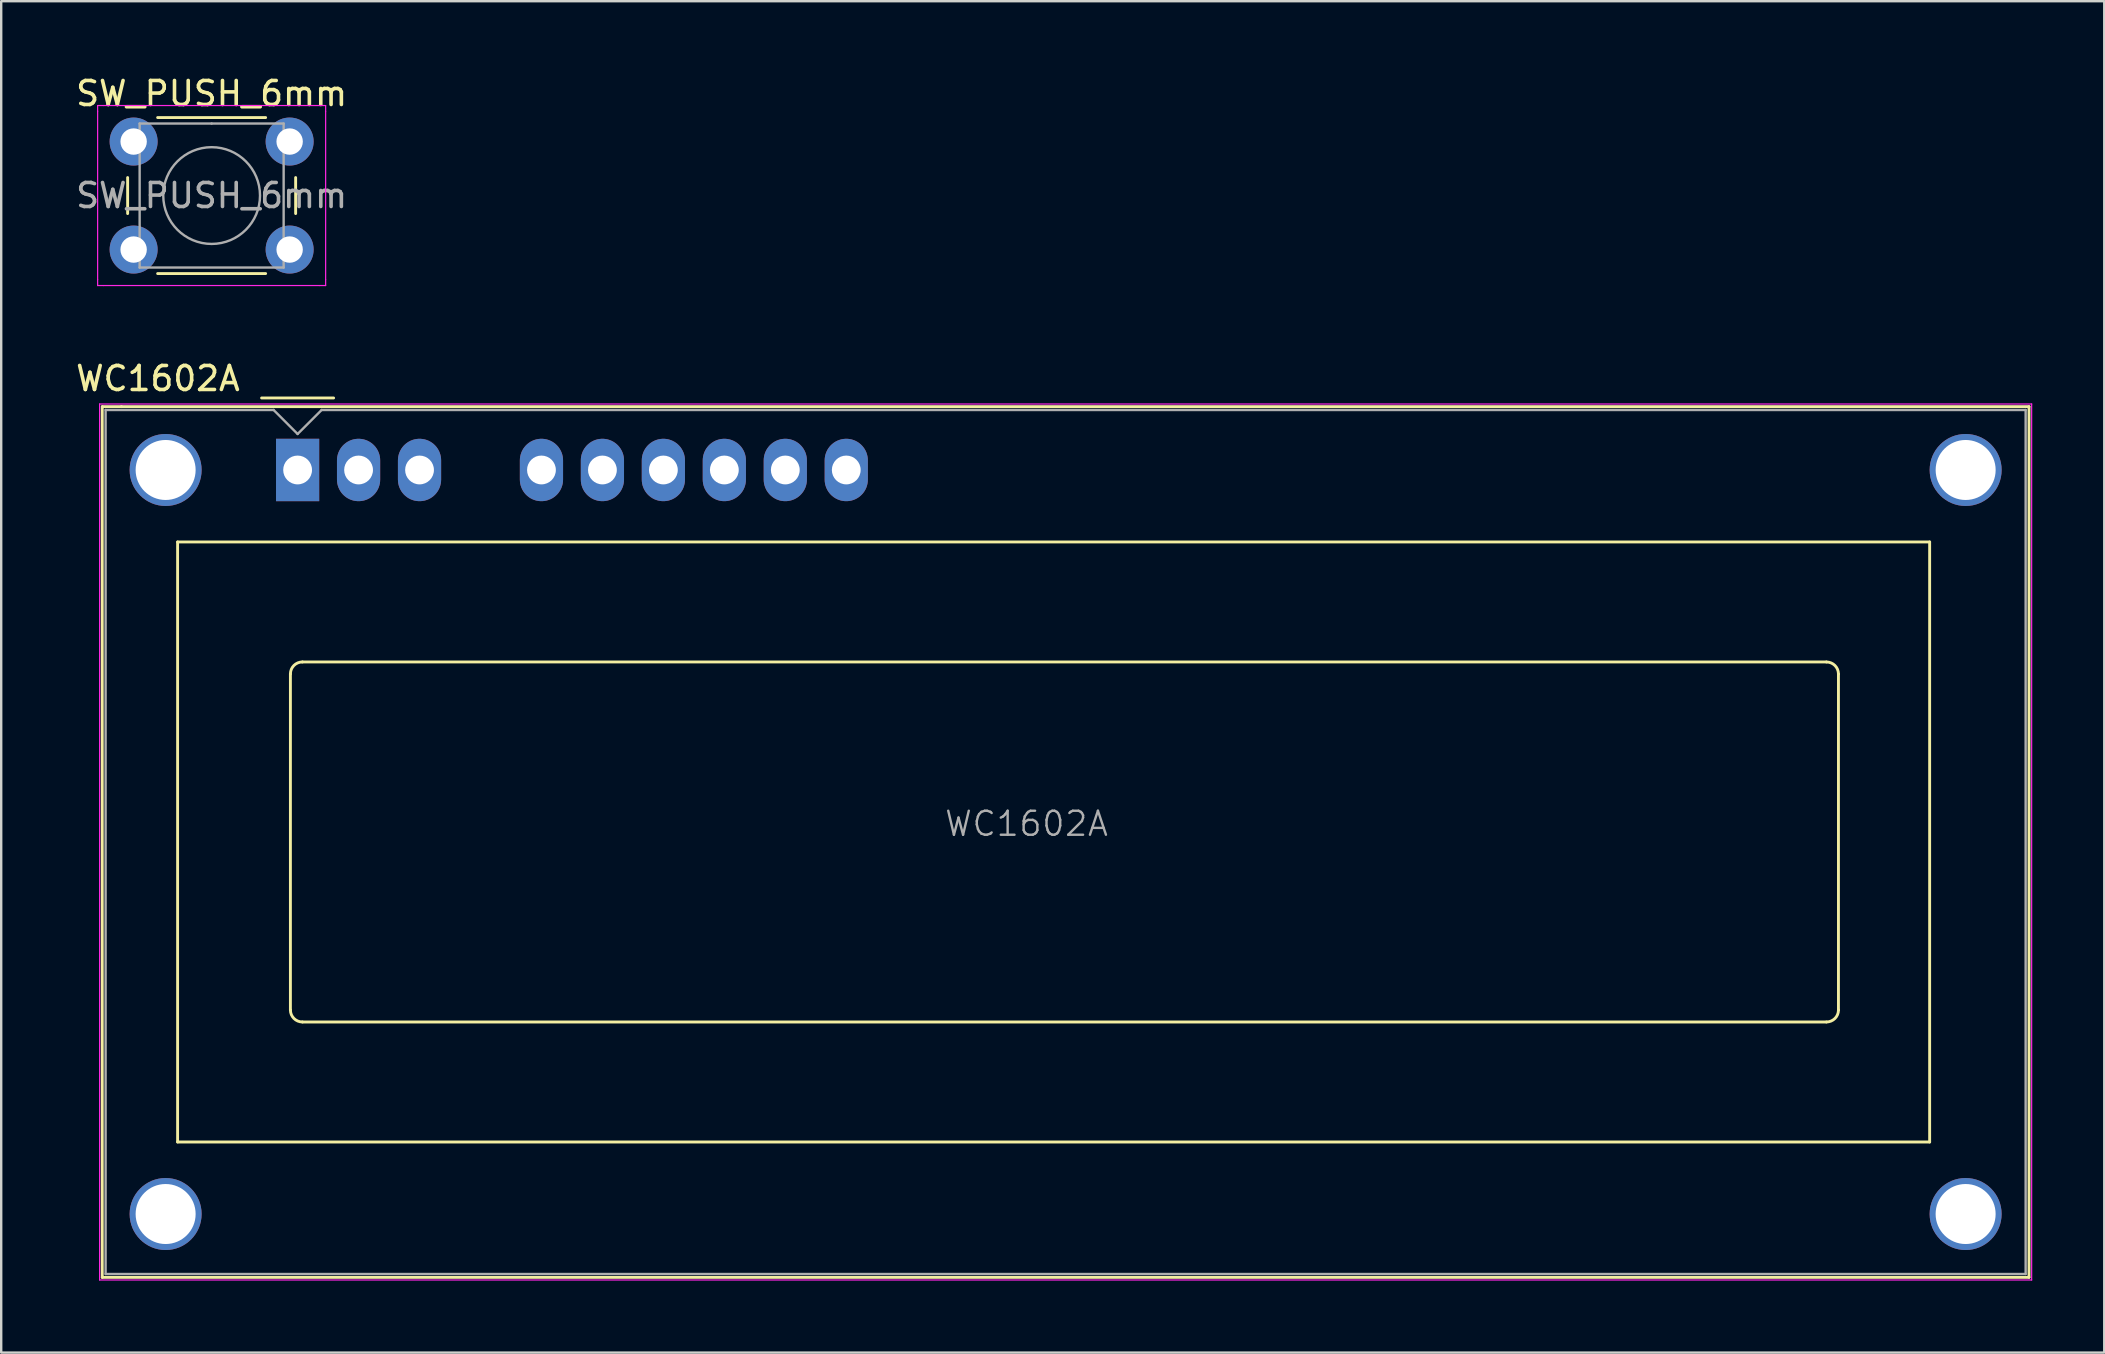
<source format=kicad_pcb>
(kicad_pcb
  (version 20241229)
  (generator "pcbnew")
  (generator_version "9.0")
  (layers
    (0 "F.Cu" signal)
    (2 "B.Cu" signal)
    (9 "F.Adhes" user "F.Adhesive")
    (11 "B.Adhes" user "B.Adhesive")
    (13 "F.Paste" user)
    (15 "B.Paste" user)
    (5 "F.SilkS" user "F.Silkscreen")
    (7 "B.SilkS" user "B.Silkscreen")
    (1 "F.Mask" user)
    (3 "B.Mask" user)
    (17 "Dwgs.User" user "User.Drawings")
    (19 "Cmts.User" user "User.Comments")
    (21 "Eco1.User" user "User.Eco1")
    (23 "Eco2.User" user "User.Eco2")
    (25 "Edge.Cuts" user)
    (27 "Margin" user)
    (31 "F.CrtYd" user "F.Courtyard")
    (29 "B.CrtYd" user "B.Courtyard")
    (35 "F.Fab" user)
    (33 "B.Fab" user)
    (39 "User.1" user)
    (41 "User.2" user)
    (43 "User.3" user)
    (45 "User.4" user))
  (footprint "SW_PUSH_6mm"
    (layer "F.Cu")
    (at 5.768 5.098)
    (property "Reference" "SW_PUSH_6mm" (at 0 -4.25 0) (layer "F.SilkS") (effects (font (size 1 1) (thickness 0.15))))
    (attr through_hole)
    (fp_line (start -3.5 -0.75) (end -3.5 0.75) (stroke (width 0.12) (type solid)) (layer "F.SilkS"))
    (fp_line (start -2.25 3.25) (end 2.25 3.25) (stroke (width 0.12) (type solid)) (layer "F.SilkS"))
    (fp_line (start 2.25 -3.25) (end -2.25 -3.25) (stroke (width 0.12) (type solid)) (layer "F.SilkS"))
    (fp_line (start 3.5 0.75) (end 3.5 -0.75) (stroke (width 0.12) (type solid)) (layer "F.SilkS"))
    (fp_line (start -4.75 -3.75) (end -4.5 -3.75) (stroke (width 0.05) (type solid)) (layer "F.CrtYd"))
    (fp_line (start -4.75 -3.5) (end -4.75 -3.75) (stroke (width 0.05) (type solid)) (layer "F.CrtYd"))
    (fp_line (start -4.75 3.5) (end -4.75 -3.5) (stroke (width 0.05) (type solid)) (layer "F.CrtYd"))
    (fp_line (start -4.75 3.5) (end -4.75 3.75) (stroke (width 0.05) (type solid)) (layer "F.CrtYd"))
    (fp_line (start -4.75 3.75) (end -4.5 3.75) (stroke (width 0.05) (type solid)) (layer "F.CrtYd"))
    (fp_line (start -4.5 -3.75) (end 4.5 -3.75) (stroke (width 0.05) (type solid)) (layer "F.CrtYd"))
    (fp_line (start 4.5 -3.75) (end 4.75 -3.75) (stroke (width 0.05) (type solid)) (layer "F.CrtYd"))
    (fp_line (start 4.5 3.75) (end -4.5 3.75) (stroke (width 0.05) (type solid)) (layer "F.CrtYd"))
    (fp_line (start 4.5 3.75) (end 4.75 3.75) (stroke (width 0.05) (type solid)) (layer "F.CrtYd"))
    (fp_line (start 4.75 -3.75) (end 4.75 -3.5) (stroke (width 0.05) (type solid)) (layer "F.CrtYd"))
    (fp_line (start 4.75 -3.5) (end 4.75 3.5) (stroke (width 0.05) (type solid)) (layer "F.CrtYd"))
    (fp_line (start 4.75 3.75) (end 4.75 3.5) (stroke (width 0.05) (type solid)) (layer "F.CrtYd"))
    (fp_line (start -3 -3) (end 0 -3) (stroke (width 0.1) (type solid)) (layer "F.Fab"))
    (fp_line (start -3 3) (end -3 -3) (stroke (width 0.1) (type solid)) (layer "F.Fab"))
    (fp_line (start 0 -3) (end 3 -3) (stroke (width 0.1) (type solid)) (layer "F.Fab"))
    (fp_line (start 3 -3) (end 3 3) (stroke (width 0.1) (type solid)) (layer "F.Fab"))
    (fp_line (start 3 3) (end -3 3) (stroke (width 0.1) (type solid)) (layer "F.Fab"))
    (fp_circle (center 0 0) (end -2 0.25) (stroke (width 0.1) (type solid)) (fill no) (layer "F.Fab"))
    (fp_text user "${REFERENCE}" (at 0 0 0) (layer "F.Fab") (effects (font (size 1 1) (thickness 0.15))))
    (pad "1" thru_hole circle (at -3.25 -2.25 90) (size 2 2) (drill 1.1) (layers "*.Cu" "*.Mask"))
    (pad "1" thru_hole circle (at 3.25 -2.25 90) (size 2 2) (drill 1.1) (layers "*.Cu" "*.Mask"))
    (pad "2" thru_hole circle (at -3.25 2.25 90) (size 2 2) (drill 1.1) (layers "*.Cu" "*.Mask"))
    (pad "2" thru_hole circle (at 3.25 2.25 90) (size 2 2) (drill 1.1) (layers "*.Cu" "*.Mask")))
  (footprint "WC1602A"
    (layer "F.Cu")
    (at 9.35 16.532)
    (property "Reference" "WC1602A" (at -5.82 -3.81 0) (layer "F.SilkS") (effects (font (size 1 1) (thickness 0.15))))
    (attr through_hole)
    (fp_line (start -8.14 -2.64) (end -8.14 33.64) (stroke (width 0.12) (type solid)) (layer "F.SilkS"))
    (fp_line (start -8.14 33.64) (end 72.14 33.64) (stroke (width 0.12) (type solid)) (layer "F.SilkS"))
    (fp_line (start -8.13 -2.64) (end -7.34 -2.64) (stroke (width 0.12) (type solid)) (layer "F.SilkS"))
    (fp_line (start -5 3) (end 68 3) (stroke (width 0.12) (type solid)) (layer "F.SilkS"))
    (fp_line (start -5 28) (end -5 3) (stroke (width 0.12) (type solid)) (layer "F.SilkS"))
    (fp_line (start -1.5 -3) (end 1.5 -3) (stroke (width 0.12) (type solid)) (layer "F.SilkS"))
    (fp_line (start -0.3 22.499) (end -0.3 8.5) (stroke (width 0.12) (type solid)) (layer "F.SilkS"))
    (fp_line (start 0.2 8) (end 63.7 8) (stroke (width 0.12) (type solid)) (layer "F.SilkS"))
    (fp_line (start 63.701 23) (end 0.2 23) (stroke (width 0.12) (type solid)) (layer "F.SilkS"))
    (fp_line (start 64.2 8.5) (end 64.2 22.5) (stroke (width 0.12) (type solid)) (layer "F.SilkS"))
    (fp_line (start 68 3) (end 68 28) (stroke (width 0.12) (type solid)) (layer "F.SilkS"))
    (fp_line (start 68 28) (end -5 28) (stroke (width 0.12) (type solid)) (layer "F.SilkS"))
    (fp_line (start 72.14 -2.64) (end -7.34 -2.64) (stroke (width 0.12) (type solid)) (layer "F.SilkS"))
    (fp_line (start 72.14 33.64) (end 72.14 -2.64) (stroke (width 0.12) (type solid)) (layer "F.SilkS"))
    (fp_arc (start -0.29972 8.49884) (mid -0.153162 8.145018) (end 0.20066 7.99846) (stroke (width 0.12) (type solid)) (layer "F.SilkS"))
    (fp_arc (start 0.20066 22.9997) (mid -0.153162 22.853142) (end -0.29972 22.49932) (stroke (width 0.12) (type solid)) (layer "F.SilkS"))
    (fp_arc (start 63.7 8) (mid 64.053553 8.146447) (end 64.2 8.5) (stroke (width 0.12) (type solid)) (layer "F.SilkS"))
    (fp_arc (start 64.20104 22.49932) (mid 64.054482 22.853142) (end 63.70066 22.9997) (stroke (width 0.12) (type solid)) (layer "F.SilkS"))
    (fp_line (start -8.25 -2.75) (end -8.25 33.75) (stroke (width 0.05) (type solid)) (layer "F.CrtYd"))
    (fp_line (start -8.25 -2.75) (end 72.25 -2.75) (stroke (width 0.05) (type solid)) (layer "F.CrtYd"))
    (fp_line (start -8.25 33.75) (end 72.25 33.75) (stroke (width 0.05) (type solid)) (layer "F.CrtYd"))
    (fp_line (start 72.25 -2.75) (end 72.25 33.75) (stroke (width 0.05) (type solid)) (layer "F.CrtYd"))
    (fp_line (start -8 33.5) (end -8 -2.5) (stroke (width 0.1) (type solid)) (layer "F.Fab"))
    (fp_line (start -1 -2.5) (end -8 -2.5) (stroke (width 0.1) (type solid)) (layer "F.Fab"))
    (fp_line (start 0 -1.5) (end -1 -2.5) (stroke (width 0.1) (type solid)) (layer "F.Fab"))
    (fp_line (start 1 -2.5) (end 0 -1.5) (stroke (width 0.1) (type solid)) (layer "F.Fab"))
    (fp_line (start 1 -2.5) (end 72 -2.5) (stroke (width 0.1) (type solid)) (layer "F.Fab"))
    (fp_line (start 72 -2.5) (end 72 33.5) (stroke (width 0.1) (type solid)) (layer "F.Fab"))
    (fp_line (start 72 33.5) (end -8 33.5) (stroke (width 0.1) (type solid)) (layer "F.Fab"))
    (fp_text user "${REFERENCE}" (at 30.37 14.74 0) (layer "F.Fab") (effects (font (size 1 1) (thickness 0.1))))
    (pad "" thru_hole circle (at -5.499 0) (size 3 3) (drill 2.5) (layers "*.Cu" "*.Mask"))
    (pad "" thru_hole circle (at -5.499 31.001) (size 3 3) (drill 2.5) (layers "*.Cu" "*.Mask"))
    (pad "" thru_hole circle (at 69.499 31.001) (size 3 3) (drill 2.5) (layers "*.Cu" "*.Mask"))
    (pad "" thru_hole circle (at 69.5 0) (size 3 3) (drill 2.5) (layers "*.Cu" "*.Mask"))
    (pad "1" thru_hole rect (at 0 0) (size 1.8 2.6) (drill 1.2) (layers "*.Cu" "*.Mask"))
    (pad "2" thru_hole oval (at 2.54 0) (size 1.8 2.6) (drill 1.2) (layers "*.Cu" "*.Mask"))
    (pad "3" thru_hole oval (at 5.08 0) (size 1.8 2.6) (drill 1.2) (layers "*.Cu" "*.Mask"))
    (pad "4" thru_hole oval (at 10.16 0) (size 1.8 2.6) (drill 1.2) (layers "*.Cu" "*.Mask"))
    (pad "5" thru_hole oval (at 12.7 0) (size 1.8 2.6) (drill 1.2) (layers "*.Cu" "*.Mask"))
    (pad "6" thru_hole oval (at 15.24 0) (size 1.8 2.6) (drill 1.2) (layers "*.Cu" "*.Mask"))
    (pad "7" thru_hole oval (at 17.78 0) (size 1.8 2.6) (drill 1.2) (layers "*.Cu" "*.Mask"))
    (pad "8" thru_hole oval (at 20.32 0) (size 1.8 2.6) (drill 1.2) (layers "*.Cu" "*.Mask"))
    (pad "9" thru_hole oval (at 22.86 0) (size 1.8 2.6) (drill 1.2) (layers "*.Cu" "*.Mask")))
  (gr_rect
    (start -3 -3)
    (end 84.625 53.306)
    (stroke (width 0.1) (type default))
    (fill no)
    (layer "Edge.Cuts")))
</source>
